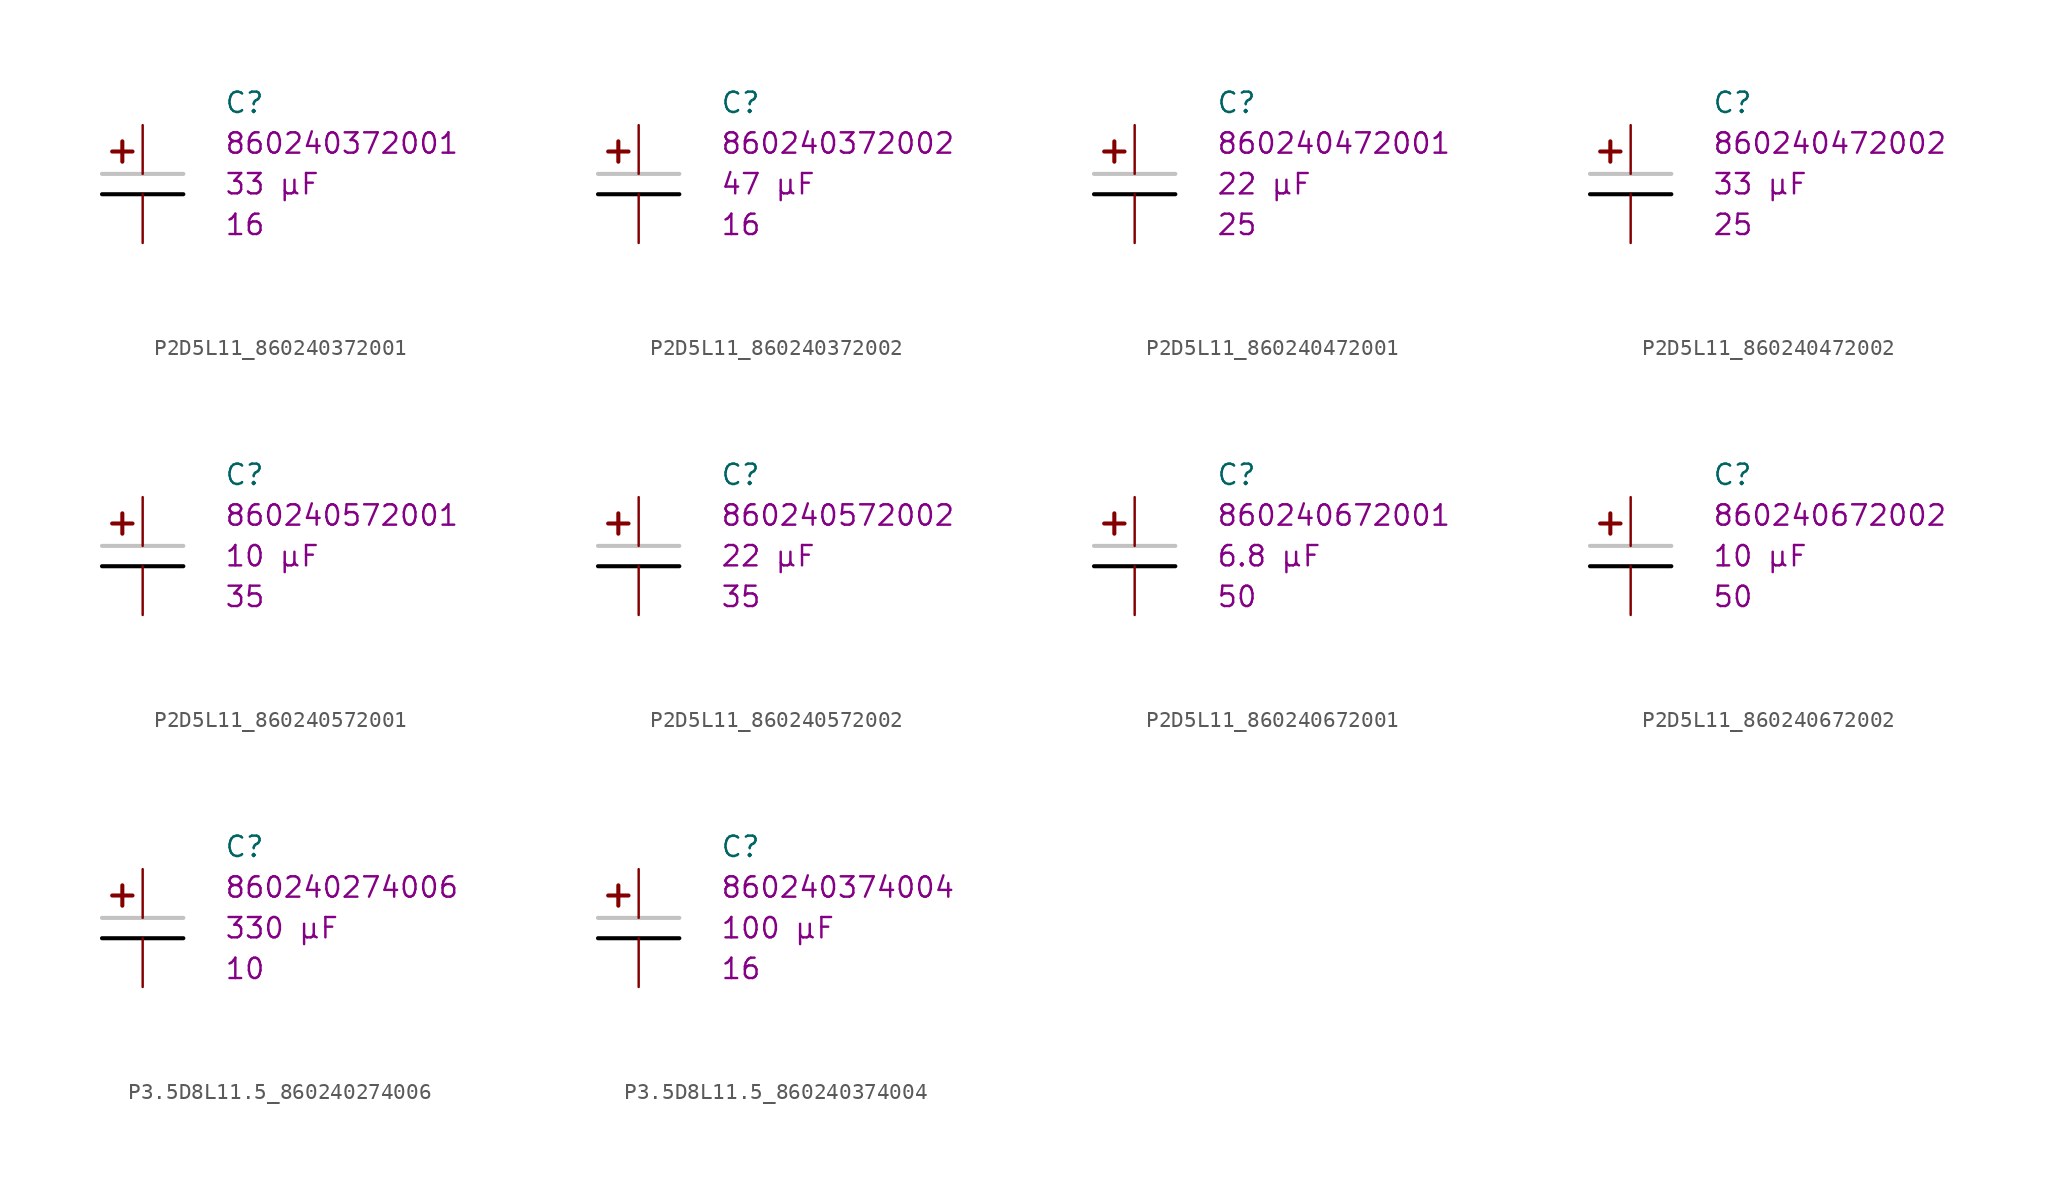
<source format=kicad_sym>
(kicad_symbol_lib
  (version 20220914)
  (generator kicad_symbol_editor)
  (symbol "P2D5L11_860240372001"
    (pin_numbers hide)
    (pin_names hide)
    (property "Reference" "C"
      (at 5.08 5.08 0)
      (effects (font (size 1.27 1.27)) (justify left)))
    (property "Part Number" "860240372001"
      (at 5.08 2.54 0)
      (effects (font (size 1.27 1.27)) (justify left)))
    (property "Capacitance" "33 µF"
      (at 5.08 0 0)
      (effects (font (size 1.27 1.27)) (justify left)))
    (property "Voltage" "16"
      (at 5.08 -2.54 0)
      (effects (font (size 1.27 1.27)) (justify left)))
    (property "Critical Parameter" ""
      (at 0 -7.62 0)
      (effects (font (size 1.27 1.27))))
    (symbol "P2D5L11_860240372001_1_1"
      (polyline (pts (xy -1.27 2.667) (xy -1.27 1.397)) (stroke (width 0.254) (type default)) (fill (type none)))
      (polyline (pts (xy -0.635 2.032) (xy -1.905 2.032)) (stroke (width 0.254) (type default)) (fill (type none)))
      (polyline (pts (xy 2.54 -0.635) (xy -2.54 -0.635)) (stroke (width 0.254) (type default) (color 0 0 0 1)) (fill (type none)))
      (polyline (pts (xy 2.54 0.635) (xy -2.54 0.635)) (stroke (width 0.254) (type default) (color 194 194 194 1)) (fill (type none)))
      (pin passive line (at 0 3.679 270) (length 3.044) (name "1" (effects (font (size 1.27 1.27)))) (number "1" (effects (font (size 1.27 1.27)))))
      (pin passive line (at 0 -3.679 90) (length 3.044) (name "2" (effects (font (size 1.27 1.27)))) (number "2" (effects (font (size 1.27 1.27)))))))
  (symbol "P2D5L11_860240372002"
    (pin_numbers hide)
    (pin_names hide)
    (property "Reference" "C"
      (at 5.08 5.08 0)
      (effects (font (size 1.27 1.27)) (justify left)))
    (property "Part Number" "860240372002"
      (at 5.08 2.54 0)
      (effects (font (size 1.27 1.27)) (justify left)))
    (property "Capacitance" "47 µF"
      (at 5.08 0 0)
      (effects (font (size 1.27 1.27)) (justify left)))
    (property "Voltage" "16"
      (at 5.08 -2.54 0)
      (effects (font (size 1.27 1.27)) (justify left)))
    (property "Critical Parameter" ""
      (at 0 -7.62 0)
      (effects (font (size 1.27 1.27))))
    (symbol "P2D5L11_860240372002_1_1"
      (polyline (pts (xy -1.27 2.667) (xy -1.27 1.397)) (stroke (width 0.254) (type default)) (fill (type none)))
      (polyline (pts (xy -0.635 2.032) (xy -1.905 2.032)) (stroke (width 0.254) (type default)) (fill (type none)))
      (polyline (pts (xy 2.54 -0.635) (xy -2.54 -0.635)) (stroke (width 0.254) (type default) (color 0 0 0 1)) (fill (type none)))
      (polyline (pts (xy 2.54 0.635) (xy -2.54 0.635)) (stroke (width 0.254) (type default) (color 194 194 194 1)) (fill (type none)))
      (pin passive line (at 0 3.679 270) (length 3.044) (name "1" (effects (font (size 1.27 1.27)))) (number "1" (effects (font (size 1.27 1.27)))))
      (pin passive line (at 0 -3.679 90) (length 3.044) (name "2" (effects (font (size 1.27 1.27)))) (number "2" (effects (font (size 1.27 1.27)))))))
  (symbol "P2D5L11_860240472001"
    (pin_numbers hide)
    (pin_names hide)
    (property "Reference" "C"
      (at 5.08 5.08 0)
      (effects (font (size 1.27 1.27)) (justify left)))
    (property "Part Number" "860240472001"
      (at 5.08 2.54 0)
      (effects (font (size 1.27 1.27)) (justify left)))
    (property "Capacitance" "22 µF"
      (at 5.08 0 0)
      (effects (font (size 1.27 1.27)) (justify left)))
    (property "Voltage" "25"
      (at 5.08 -2.54 0)
      (effects (font (size 1.27 1.27)) (justify left)))
    (property "Critical Parameter" ""
      (at 0 -7.62 0)
      (effects (font (size 1.27 1.27))))
    (symbol "P2D5L11_860240472001_1_1"
      (polyline (pts (xy -1.27 2.667) (xy -1.27 1.397)) (stroke (width 0.254) (type default)) (fill (type none)))
      (polyline (pts (xy -0.635 2.032) (xy -1.905 2.032)) (stroke (width 0.254) (type default)) (fill (type none)))
      (polyline (pts (xy 2.54 -0.635) (xy -2.54 -0.635)) (stroke (width 0.254) (type default) (color 0 0 0 1)) (fill (type none)))
      (polyline (pts (xy 2.54 0.635) (xy -2.54 0.635)) (stroke (width 0.254) (type default) (color 194 194 194 1)) (fill (type none)))
      (pin passive line (at 0 3.679 270) (length 3.044) (name "1" (effects (font (size 1.27 1.27)))) (number "1" (effects (font (size 1.27 1.27)))))
      (pin passive line (at 0 -3.679 90) (length 3.044) (name "2" (effects (font (size 1.27 1.27)))) (number "2" (effects (font (size 1.27 1.27)))))))
  (symbol "P2D5L11_860240472002"
    (pin_numbers hide)
    (pin_names hide)
    (property "Reference" "C"
      (at 5.08 5.08 0)
      (effects (font (size 1.27 1.27)) (justify left)))
    (property "Part Number" "860240472002"
      (at 5.08 2.54 0)
      (effects (font (size 1.27 1.27)) (justify left)))
    (property "Capacitance" "33 µF"
      (at 5.08 0 0)
      (effects (font (size 1.27 1.27)) (justify left)))
    (property "Voltage" "25"
      (at 5.08 -2.54 0)
      (effects (font (size 1.27 1.27)) (justify left)))
    (property "Critical Parameter" ""
      (at 0 -7.62 0)
      (effects (font (size 1.27 1.27))))
    (symbol "P2D5L11_860240472002_1_1"
      (polyline (pts (xy -1.27 2.667) (xy -1.27 1.397)) (stroke (width 0.254) (type default)) (fill (type none)))
      (polyline (pts (xy -0.635 2.032) (xy -1.905 2.032)) (stroke (width 0.254) (type default)) (fill (type none)))
      (polyline (pts (xy 2.54 -0.635) (xy -2.54 -0.635)) (stroke (width 0.254) (type default) (color 0 0 0 1)) (fill (type none)))
      (polyline (pts (xy 2.54 0.635) (xy -2.54 0.635)) (stroke (width 0.254) (type default) (color 194 194 194 1)) (fill (type none)))
      (pin passive line (at 0 3.679 270) (length 3.044) (name "1" (effects (font (size 1.27 1.27)))) (number "1" (effects (font (size 1.27 1.27)))))
      (pin passive line (at 0 -3.679 90) (length 3.044) (name "2" (effects (font (size 1.27 1.27)))) (number "2" (effects (font (size 1.27 1.27)))))))
  (symbol "P2D5L11_860240572001"
    (pin_numbers hide)
    (pin_names hide)
    (property "Reference" "C"
      (at 5.08 5.08 0)
      (effects (font (size 1.27 1.27)) (justify left)))
    (property "Part Number" "860240572001"
      (at 5.08 2.54 0)
      (effects (font (size 1.27 1.27)) (justify left)))
    (property "Capacitance" "10 µF"
      (at 5.08 0 0)
      (effects (font (size 1.27 1.27)) (justify left)))
    (property "Voltage" "35"
      (at 5.08 -2.54 0)
      (effects (font (size 1.27 1.27)) (justify left)))
    (property "Critical Parameter" ""
      (at 0 -7.62 0)
      (effects (font (size 1.27 1.27))))
    (symbol "P2D5L11_860240572001_1_1"
      (polyline (pts (xy -1.27 2.667) (xy -1.27 1.397)) (stroke (width 0.254) (type default)) (fill (type none)))
      (polyline (pts (xy -0.635 2.032) (xy -1.905 2.032)) (stroke (width 0.254) (type default)) (fill (type none)))
      (polyline (pts (xy 2.54 -0.635) (xy -2.54 -0.635)) (stroke (width 0.254) (type default) (color 0 0 0 1)) (fill (type none)))
      (polyline (pts (xy 2.54 0.635) (xy -2.54 0.635)) (stroke (width 0.254) (type default) (color 194 194 194 1)) (fill (type none)))
      (pin passive line (at 0 3.679 270) (length 3.044) (name "1" (effects (font (size 1.27 1.27)))) (number "1" (effects (font (size 1.27 1.27)))))
      (pin passive line (at 0 -3.679 90) (length 3.044) (name "2" (effects (font (size 1.27 1.27)))) (number "2" (effects (font (size 1.27 1.27)))))))
  (symbol "P2D5L11_860240572002"
    (pin_numbers hide)
    (pin_names hide)
    (property "Reference" "C"
      (at 5.08 5.08 0)
      (effects (font (size 1.27 1.27)) (justify left)))
    (property "Part Number" "860240572002"
      (at 5.08 2.54 0)
      (effects (font (size 1.27 1.27)) (justify left)))
    (property "Capacitance" "22 µF"
      (at 5.08 0 0)
      (effects (font (size 1.27 1.27)) (justify left)))
    (property "Voltage" "35"
      (at 5.08 -2.54 0)
      (effects (font (size 1.27 1.27)) (justify left)))
    (property "Critical Parameter" ""
      (at 0 -7.62 0)
      (effects (font (size 1.27 1.27))))
    (symbol "P2D5L11_860240572002_1_1"
      (polyline (pts (xy -1.27 2.667) (xy -1.27 1.397)) (stroke (width 0.254) (type default)) (fill (type none)))
      (polyline (pts (xy -0.635 2.032) (xy -1.905 2.032)) (stroke (width 0.254) (type default)) (fill (type none)))
      (polyline (pts (xy 2.54 -0.635) (xy -2.54 -0.635)) (stroke (width 0.254) (type default) (color 0 0 0 1)) (fill (type none)))
      (polyline (pts (xy 2.54 0.635) (xy -2.54 0.635)) (stroke (width 0.254) (type default) (color 194 194 194 1)) (fill (type none)))
      (pin passive line (at 0 3.679 270) (length 3.044) (name "1" (effects (font (size 1.27 1.27)))) (number "1" (effects (font (size 1.27 1.27)))))
      (pin passive line (at 0 -3.679 90) (length 3.044) (name "2" (effects (font (size 1.27 1.27)))) (number "2" (effects (font (size 1.27 1.27)))))))
  (symbol "P2D5L11_860240672001"
    (pin_numbers hide)
    (pin_names hide)
    (property "Reference" "C"
      (at 5.08 5.08 0)
      (effects (font (size 1.27 1.27)) (justify left)))
    (property "Part Number" "860240672001"
      (at 5.08 2.54 0)
      (effects (font (size 1.27 1.27)) (justify left)))
    (property "Capacitance" "6.8 µF"
      (at 5.08 0 0)
      (effects (font (size 1.27 1.27)) (justify left)))
    (property "Voltage" "50"
      (at 5.08 -2.54 0)
      (effects (font (size 1.27 1.27)) (justify left)))
    (property "Critical Parameter" ""
      (at 0 -7.62 0)
      (effects (font (size 1.27 1.27))))
    (symbol "P2D5L11_860240672001_1_1"
      (polyline (pts (xy -1.27 2.667) (xy -1.27 1.397)) (stroke (width 0.254) (type default)) (fill (type none)))
      (polyline (pts (xy -0.635 2.032) (xy -1.905 2.032)) (stroke (width 0.254) (type default)) (fill (type none)))
      (polyline (pts (xy 2.54 -0.635) (xy -2.54 -0.635)) (stroke (width 0.254) (type default) (color 0 0 0 1)) (fill (type none)))
      (polyline (pts (xy 2.54 0.635) (xy -2.54 0.635)) (stroke (width 0.254) (type default) (color 194 194 194 1)) (fill (type none)))
      (pin passive line (at 0 3.679 270) (length 3.044) (name "1" (effects (font (size 1.27 1.27)))) (number "1" (effects (font (size 1.27 1.27)))))
      (pin passive line (at 0 -3.679 90) (length 3.044) (name "2" (effects (font (size 1.27 1.27)))) (number "2" (effects (font (size 1.27 1.27)))))))
  (symbol "P2D5L11_860240672002"
    (pin_numbers hide)
    (pin_names hide)
    (property "Reference" "C"
      (at 5.08 5.08 0)
      (effects (font (size 1.27 1.27)) (justify left)))
    (property "Part Number" "860240672002"
      (at 5.08 2.54 0)
      (effects (font (size 1.27 1.27)) (justify left)))
    (property "Capacitance" "10 µF"
      (at 5.08 0 0)
      (effects (font (size 1.27 1.27)) (justify left)))
    (property "Voltage" "50"
      (at 5.08 -2.54 0)
      (effects (font (size 1.27 1.27)) (justify left)))
    (property "Critical Parameter" ""
      (at 0 -7.62 0)
      (effects (font (size 1.27 1.27))))
    (symbol "P2D5L11_860240672002_1_1"
      (polyline (pts (xy -1.27 2.667) (xy -1.27 1.397)) (stroke (width 0.254) (type default)) (fill (type none)))
      (polyline (pts (xy -0.635 2.032) (xy -1.905 2.032)) (stroke (width 0.254) (type default)) (fill (type none)))
      (polyline (pts (xy 2.54 -0.635) (xy -2.54 -0.635)) (stroke (width 0.254) (type default) (color 0 0 0 1)) (fill (type none)))
      (polyline (pts (xy 2.54 0.635) (xy -2.54 0.635)) (stroke (width 0.254) (type default) (color 194 194 194 1)) (fill (type none)))
      (pin passive line (at 0 3.679 270) (length 3.044) (name "1" (effects (font (size 1.27 1.27)))) (number "1" (effects (font (size 1.27 1.27)))))
      (pin passive line (at 0 -3.679 90) (length 3.044) (name "2" (effects (font (size 1.27 1.27)))) (number "2" (effects (font (size 1.27 1.27)))))))
  (symbol "P3.5D8L11.5_860240274006"
    (pin_numbers hide)
    (pin_names hide)
    (property "Reference" "C"
      (at 5.08 5.08 0)
      (effects (font (size 1.27 1.27)) (justify left)))
    (property "Part Number" "860240274006"
      (at 5.08 2.54 0)
      (effects (font (size 1.27 1.27)) (justify left)))
    (property "Capacitance" "330 µF"
      (at 5.08 0 0)
      (effects (font (size 1.27 1.27)) (justify left)))
    (property "Voltage" "10"
      (at 5.08 -2.54 0)
      (effects (font (size 1.27 1.27)) (justify left)))
    (property "Critical Parameter" ""
      (at 0 -7.62 0)
      (effects (font (size 1.27 1.27))))
    (symbol "P3.5D8L11.5_860240274006_1_1"
      (polyline (pts (xy -1.27 2.667) (xy -1.27 1.397)) (stroke (width 0.254) (type default)) (fill (type none)))
      (polyline (pts (xy -0.635 2.032) (xy -1.905 2.032)) (stroke (width 0.254) (type default)) (fill (type none)))
      (polyline (pts (xy 2.54 -0.635) (xy -2.54 -0.635)) (stroke (width 0.254) (type default) (color 0 0 0 1)) (fill (type none)))
      (polyline (pts (xy 2.54 0.635) (xy -2.54 0.635)) (stroke (width 0.254) (type default) (color 194 194 194 1)) (fill (type none)))
      (pin passive line (at 0 3.679 270) (length 3.044) (name "1" (effects (font (size 1.27 1.27)))) (number "1" (effects (font (size 1.27 1.27)))))
      (pin passive line (at 0 -3.679 90) (length 3.044) (name "2" (effects (font (size 1.27 1.27)))) (number "2" (effects (font (size 1.27 1.27)))))))
  (symbol "P3.5D8L11.5_860240374004"
    (pin_numbers hide)
    (pin_names hide)
    (property "Reference" "C"
      (at 5.08 5.08 0)
      (effects (font (size 1.27 1.27)) (justify left)))
    (property "Part Number" "860240374004"
      (at 5.08 2.54 0)
      (effects (font (size 1.27 1.27)) (justify left)))
    (property "Capacitance" "100 µF"
      (at 5.08 0 0)
      (effects (font (size 1.27 1.27)) (justify left)))
    (property "Voltage" "16"
      (at 5.08 -2.54 0)
      (effects (font (size 1.27 1.27)) (justify left)))
    (property "Critical Parameter" ""
      (at 0 -7.62 0)
      (effects (font (size 1.27 1.27))))
    (symbol "P3.5D8L11.5_860240374004_1_1"
      (polyline (pts (xy -1.27 2.667) (xy -1.27 1.397)) (stroke (width 0.254) (type default)) (fill (type none)))
      (polyline (pts (xy -0.635 2.032) (xy -1.905 2.032)) (stroke (width 0.254) (type default)) (fill (type none)))
      (polyline (pts (xy 2.54 -0.635) (xy -2.54 -0.635)) (stroke (width 0.254) (type default) (color 0 0 0 1)) (fill (type none)))
      (polyline (pts (xy 2.54 0.635) (xy -2.54 0.635)) (stroke (width 0.254) (type default) (color 194 194 194 1)) (fill (type none)))
      (pin passive line (at 0 3.679 270) (length 3.044) (name "1" (effects (font (size 1.27 1.27)))) (number "1" (effects (font (size 1.27 1.27)))))
      (pin passive line (at 0 -3.679 90) (length 3.044) (name "2" (effects (font (size 1.27 1.27)))) (number "2" (effects (font (size 1.27 1.27))))))))
</source>
